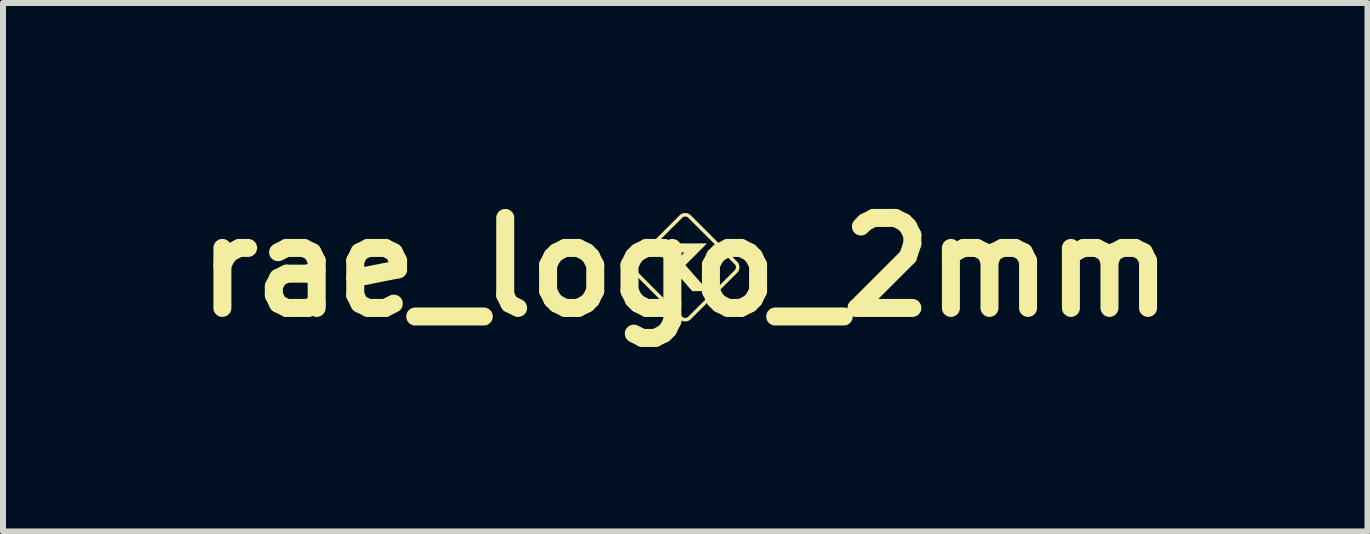
<source format=kicad_pcb>
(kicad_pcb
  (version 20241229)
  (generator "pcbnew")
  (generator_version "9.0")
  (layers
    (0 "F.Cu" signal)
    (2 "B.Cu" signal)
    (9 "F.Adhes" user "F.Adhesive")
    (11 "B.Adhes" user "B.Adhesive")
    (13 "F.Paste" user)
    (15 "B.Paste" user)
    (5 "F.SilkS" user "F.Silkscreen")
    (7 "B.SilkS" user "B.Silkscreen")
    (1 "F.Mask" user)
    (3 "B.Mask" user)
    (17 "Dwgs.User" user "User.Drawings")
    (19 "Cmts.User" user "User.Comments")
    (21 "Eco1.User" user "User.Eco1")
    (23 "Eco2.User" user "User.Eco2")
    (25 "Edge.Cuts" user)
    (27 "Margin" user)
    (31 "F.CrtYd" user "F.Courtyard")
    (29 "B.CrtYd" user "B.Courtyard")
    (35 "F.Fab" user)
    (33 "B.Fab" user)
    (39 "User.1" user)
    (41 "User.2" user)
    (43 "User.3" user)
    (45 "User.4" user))
  (footprint "rae_logo_2mm"
    (layer "F.Cu")
    (at 8.371 1.404)
    (property "Reference" "rae_logo_2mm" (at 0 0 0) (layer "F.SilkS") (effects (font (size 1.5 1.5) (thickness 0.3))))
    (attr board_only exclude_from_pos_files exclude_from_bom)
    (fp_poly (pts (xy 0.182 -0.216) (xy 0.002 -0.036) (xy 0.192 0.181) (xy 0.202 0.192) (xy 0.212 0.203) (xy 0.222 0.215) (xy 0.231 0.225) (xy 0.241 0.236) (xy 0.25 0.247) (xy 0.259 0.257) (xy 0.268 0.267) (xy 0.276 0.277) (xy 0.285 0.286) (xy 0.293 0.296) (xy 0.301 0.305) (xy 0.308 0.313) (xy 0.316 0.322) (xy 0.323 0.33) (xy 0.329 0.337) (xy 0.336 0.345) (xy 0.342 0.351) (xy 0.347 0.358) (xy 0.353 0.364) (xy 0.357 0.369) (xy 0.362 0.375) (xy 0.366 0.379) (xy 0.37 0.384) (xy 0.373 0.387) (xy 0.376 0.391) (xy 0.378 0.393) (xy 0.38 0.395) (xy 0.382 0.397) (xy 0.382 0.398) (xy 0.383 0.398) (xy 0.383 0.399) (xy 0.383 0.399) (xy 0.383 0.399) (xy 0.383 0.399) (xy 0.382 0.399) (xy 0.382 0.399) (xy 0.381 0.399) (xy 0.381 0.399) (xy 0.38 0.399) (xy 0.378 0.399) (xy 0.377 0.399) (xy 0.375 0.399) (xy 0.373 0.399) (xy 0.37 0.399) (xy 0.367 0.399) (xy 0.364 0.399) (xy 0.36 0.399) (xy 0.356 0.399) (xy 0.352 0.399) (xy 0.347 0.399) (xy 0.341 0.399) (xy 0.335 0.399) (xy 0.328 0.399) (xy 0.321 0.399) (xy 0.313 0.399) (xy 0.304 0.399) (xy 0.295 0.399) (xy 0.285 0.399) (xy 0.274 0.399) (xy 0.263 0.399) (xy 0.25 0.399) (xy 0.25 0.399) (xy 0.117 0.399) (xy -0.045 0.212) (xy -0.208 0.026) (xy -0.228 0.006) (xy -0.248 -0.014) (xy -0.132 -0.13) (xy -0.015 -0.246) (xy -0.201 -0.246) (xy -0.386 -0.246) (xy -0.386 -0.322) (xy -0.386 -0.397) (xy -0.012 -0.397) (xy 0.362 -0.397)) (stroke (width 0) (type solid)) (fill yes) (layer "F.SilkS"))
    (fp_poly (pts (xy 0.004 -0.903) (xy 0.008 -0.903) (xy 0.011 -0.903) (xy 0.013 -0.903) (xy 0.014 -0.903) (xy 0.025 -0.901) (xy 0.035 -0.899) (xy 0.045 -0.896) (xy 0.054 -0.892) (xy 0.063 -0.888) (xy 0.072 -0.882) (xy 0.081 -0.876) (xy 0.083 -0.875) (xy 0.083 -0.874) (xy 0.085 -0.873) (xy 0.086 -0.872) (xy 0.088 -0.869) (xy 0.091 -0.867) (xy 0.094 -0.864) (xy 0.098 -0.86) (xy 0.102 -0.856) (xy 0.106 -0.852) (xy 0.111 -0.847) (xy 0.117 -0.841) (xy 0.123 -0.835) (xy 0.129 -0.829) (xy 0.136 -0.822) (xy 0.143 -0.815) (xy 0.15 -0.808) (xy 0.158 -0.8) (xy 0.166 -0.792) (xy 0.175 -0.783) (xy 0.184 -0.775) (xy 0.193 -0.765) (xy 0.202 -0.756) (xy 0.212 -0.746) (xy 0.222 -0.736) (xy 0.232 -0.726) (xy 0.243 -0.715) (xy 0.254 -0.705) (xy 0.265 -0.694) (xy 0.276 -0.682) (xy 0.287 -0.671) (xy 0.299 -0.659) (xy 0.311 -0.648) (xy 0.323 -0.636) (xy 0.335 -0.623) (xy 0.347 -0.611) (xy 0.36 -0.599) (xy 0.372 -0.586) (xy 0.385 -0.574) (xy 0.398 -0.561) (xy 0.41 -0.548) (xy 0.423 -0.535) (xy 0.436 -0.522) (xy 0.449 -0.509) (xy 0.462 -0.496) (xy 0.475 -0.483) (xy 0.488 -0.47) (xy 0.501 -0.457) (xy 0.514 -0.444) (xy 0.527 -0.431) (xy 0.54 -0.419) (xy 0.553 -0.406) (xy 0.566 -0.393) (xy 0.578 -0.38) (xy 0.591 -0.368) (xy 0.603 -0.355) (xy 0.616 -0.343) (xy 0.628 -0.331) (xy 0.64 -0.319) (xy 0.652 -0.307) (xy 0.664 -0.295) (xy 0.675 -0.283) (xy 0.687 -0.272) (xy 0.698 -0.261) (xy 0.709 -0.25) (xy 0.719 -0.239) (xy 0.73 -0.229) (xy 0.74 -0.218) (xy 0.75 -0.208) (xy 0.76 -0.199) (xy 0.769 -0.189) (xy 0.778 -0.18) (xy 0.787 -0.172) (xy 0.795 -0.163) (xy 0.803 -0.155) (xy 0.811 -0.147) (xy 0.818 -0.14) (xy 0.825 -0.133) (xy 0.831 -0.127) (xy 0.838 -0.12) (xy 0.843 -0.115) (xy 0.849 -0.109) (xy 0.853 -0.105) (xy 0.858 -0.1) (xy 0.862 -0.096) (xy 0.865 -0.093) (xy 0.868 -0.09) (xy 0.87 -0.087) (xy 0.872 -0.085) (xy 0.874 -0.084) (xy 0.874 -0.083) (xy 0.875 -0.083) (xy 0.881 -0.074) (xy 0.886 -0.066) (xy 0.891 -0.057) (xy 0.895 -0.047) (xy 0.898 -0.038) (xy 0.901 -0.028) (xy 0.902 -0.018) (xy 0.903 -0.007) (xy 0.903 -0.004) (xy 0.903 0.007) (xy 0.903 0.017) (xy 0.901 0.027) (xy 0.898 0.037) (xy 0.895 0.046) (xy 0.891 0.056) (xy 0.887 0.065) (xy 0.881 0.074) (xy 0.875 0.082) (xy 0.875 0.083) (xy 0.874 0.083) (xy 0.873 0.085) (xy 0.872 0.086) (xy 0.869 0.088) (xy 0.867 0.091) (xy 0.864 0.094) (xy 0.86 0.098) (xy 0.856 0.102) (xy 0.852 0.106) (xy 0.847 0.111) (xy 0.841 0.117) (xy 0.835 0.123) (xy 0.829 0.129) (xy 0.822 0.136) (xy 0.815 0.143) (xy 0.808 0.15) (xy 0.8 0.158) (xy 0.792 0.166) (xy 0.783 0.175) (xy 0.775 0.184) (xy 0.766 0.193) (xy 0.756 0.202) (xy 0.746 0.212) (xy 0.736 0.222) (xy 0.726 0.232) (xy 0.715 0.243) (xy 0.705 0.254) (xy 0.694 0.265) (xy 0.682 0.276) (xy 0.671 0.287) (xy 0.659 0.299) (xy 0.648 0.311) (xy 0.636 0.323) (xy 0.623 0.335) (xy 0.611 0.347) (xy 0.599 0.36) (xy 0.586 0.372) (xy 0.574 0.385) (xy 0.561 0.398) (xy 0.548 0.41) (xy 0.535 0.423) (xy 0.522 0.436) (xy 0.509 0.449) (xy 0.496 0.462) (xy 0.483 0.475) (xy 0.47 0.488) (xy 0.457 0.501) (xy 0.444 0.514) (xy 0.432 0.527) (xy 0.419 0.54) (xy 0.406 0.553) (xy 0.393 0.566) (xy 0.38 0.578) (xy 0.368 0.591) (xy 0.355 0.603) (xy 0.343 0.616) (xy 0.331 0.628) (xy 0.319 0.64) (xy 0.307 0.652) (xy 0.295 0.664) (xy 0.283 0.675) (xy 0.272 0.687) (xy 0.261 0.698) (xy 0.25 0.709) (xy 0.239 0.719) (xy 0.229 0.73) (xy 0.218 0.74) (xy 0.208 0.75) (xy 0.199 0.76) (xy 0.189 0.769) (xy 0.18 0.778) (xy 0.172 0.787) (xy 0.163 0.795) (xy 0.155 0.803) (xy 0.147 0.811) (xy 0.14 0.818) (xy 0.133 0.825) (xy 0.127 0.831) (xy 0.12 0.838) (xy 0.115 0.843) (xy 0.109 0.849) (xy 0.105 0.853) (xy 0.1 0.858) (xy 0.096 0.862) (xy 0.093 0.865) (xy 0.09 0.868) (xy 0.087 0.87) (xy 0.085 0.872) (xy 0.084 0.874) (xy 0.083 0.874) (xy 0.083 0.875) (xy 0.075 0.881) (xy 0.066 0.886) (xy 0.057 0.891) (xy 0.047 0.895) (xy 0.038 0.898) (xy 0.028 0.901) (xy 0.017 0.902) (xy 0.011 0.903) (xy 0.009 0.903) (xy 0.006 0.903) (xy 0.003 0.903) (xy -0.00013 0.904) (xy -0.003 0.904) (xy -0.006 0.903) (xy -0.008 0.903) (xy -0.009 0.903) (xy -0.02 0.902) (xy -0.03 0.9) (xy -0.039 0.898) (xy -0.049 0.894) (xy -0.058 0.89) (xy -0.067 0.886) (xy -0.076 0.88) (xy -0.084 0.874) (xy -0.084 0.874) (xy -0.085 0.873) (xy -0.086 0.871) (xy -0.089 0.869) (xy -0.091 0.867) (xy -0.094 0.864) (xy -0.098 0.86) (xy -0.102 0.856) (xy -0.106 0.852) (xy -0.111 0.847) (xy -0.117 0.841) (xy -0.122 0.836) (xy -0.129 0.829) (xy -0.135 0.823) (xy -0.142 0.816) (xy -0.15 0.808) (xy -0.157 0.801) (xy -0.166 0.793) (xy -0.174 0.784) (xy -0.183 0.775) (xy -0.192 0.766) (xy -0.201 0.757) (xy -0.211 0.747) (xy -0.221 0.737) (xy -0.231 0.727) (xy -0.242 0.717) (xy -0.253 0.706) (xy -0.263 0.695) (xy -0.275 0.684) (xy -0.286 0.672) (xy -0.298 0.661) (xy -0.309 0.649) (xy -0.321 0.637) (xy -0.333 0.625) (xy -0.346 0.613) (xy -0.358 0.6) (xy -0.37 0.588) (xy -0.383 0.575) (xy -0.396 0.563) (xy -0.408 0.55) (xy -0.421 0.537) (xy -0.434 0.524) (xy -0.447 0.512) (xy -0.46 0.499) (xy -0.473 0.486) (xy -0.486 0.473) (xy -0.499 0.46) (xy -0.512 0.447) (xy -0.525 0.434) (xy -0.538 0.421) (xy -0.55 0.408) (xy -0.563 0.396) (xy -0.576 0.383) (xy -0.588 0.37) (xy -0.601 0.358) (xy -0.613 0.346) (xy -0.625 0.334) (xy -0.637 0.321) (xy -0.649 0.31) (xy -0.661 0.298) (xy -0.672 0.286) (xy -0.684 0.275) (xy -0.695 0.264) (xy -0.706 0.253) (xy -0.716 0.242) (xy -0.727 0.232) (xy -0.737 0.222) (xy -0.747 0.212) (xy -0.756 0.202) (xy -0.766 0.193) (xy -0.775 0.184) (xy -0.783 0.175) (xy -0.792 0.167) (xy -0.8 0.159) (xy -0.807 0.151) (xy -0.815 0.144) (xy -0.822 0.137) (xy -0.828 0.13) (xy -0.834 0.124) (xy -0.84 0.119) (xy -0.845 0.113) (xy -0.85 0.108) (xy -0.854 0.104) (xy -0.858 0.1) (xy -0.861 0.097) (xy -0.864 0.094) (xy -0.867 0.091) (xy -0.869 0.09) (xy -0.87 0.088) (xy -0.871 0.087) (xy -0.871 0.087) (xy -0.877 0.079) (xy -0.883 0.071) (xy -0.888 0.062) (xy -0.893 0.053) (xy -0.896 0.043) (xy -0.899 0.033) (xy -0.902 0.023) (xy -0.903 0.014) (xy -0.903 0.012) (xy -0.903 0.009) (xy -0.903 0.006) (xy -0.903 0.004) (xy -0.845 0.004) (xy -0.844 0.011) (xy -0.843 0.018) (xy -0.841 0.025) (xy -0.838 0.032) (xy -0.834 0.039) (xy -0.829 0.045) (xy -0.829 0.045) (xy -0.829 0.046) (xy -0.828 0.047) (xy -0.826 0.048) (xy -0.824 0.05) (xy -0.822 0.053) (xy -0.818 0.056) (xy -0.815 0.06) (xy -0.81 0.065) (xy -0.805 0.069) (xy -0.8 0.075) (xy -0.794 0.081) (xy -0.787 0.088) (xy -0.78 0.095) (xy -0.773 0.102) (xy -0.764 0.111) (xy -0.756 0.119) (xy -0.746 0.129) (xy -0.737 0.138) (xy -0.726 0.149) (xy -0.715 0.16) (xy -0.704 0.171) (xy -0.692 0.183) (xy -0.679 0.196) (xy -0.666 0.209) (xy -0.653 0.222) (xy -0.639 0.236) (xy -0.624 0.251) (xy -0.609 0.266) (xy -0.593 0.282) (xy -0.577 0.298) (xy -0.561 0.315) (xy -0.543 0.332) (xy -0.526 0.35) (xy -0.507 0.368) (xy -0.489 0.387) (xy -0.469 0.406) (xy -0.45 0.426) (xy -0.437 0.438) (xy -0.419 0.456) (xy -0.401 0.474) (xy -0.383 0.492) (xy -0.366 0.509) (xy -0.35 0.525) (xy -0.334 0.541) (xy -0.319 0.556) (xy -0.304 0.571) (xy -0.29 0.586) (xy -0.276 0.599) (xy -0.262 0.613) (xy -0.25 0.626) (xy -0.237 0.638) (xy -0.225 0.65) (xy -0.214 0.661) (xy -0.203 0.672) (xy -0.192 0.683) (xy -0.182 0.693) (xy -0.173 0.703) (xy -0.163 0.712) (xy -0.154 0.721) (xy -0.146 0.729) (xy -0.138 0.737) (xy -0.13 0.745) (xy -0.123 0.752) (xy -0.116 0.759) (xy -0.11 0.765) (xy -0.103 0.772) (xy -0.098 0.777) (xy -0.092 0.783) (xy -0.087 0.788) (xy -0.082 0.793) (xy -0.078 0.797) (xy -0.074 0.801) (xy -0.07 0.805) (xy -0.066 0.809) (xy -0.063 0.812) (xy -0.06 0.815) (xy -0.057 0.817) (xy -0.055 0.82) (xy -0.053 0.822) (xy -0.051 0.824) (xy -0.049 0.825) (xy -0.048 0.827) (xy -0.047 0.828) (xy -0.046 0.829) (xy -0.045 0.829) (xy -0.045 0.83) (xy -0.044 0.83) (xy -0.044 0.83) (xy -0.041 0.832) (xy -0.038 0.834) (xy -0.034 0.836) (xy -0.031 0.838) (xy -0.031 0.838) (xy -0.024 0.841) (xy -0.017 0.843) (xy -0.009 0.844) (xy -0.002 0.845) (xy 0.006 0.845) (xy 0.007 0.845) (xy 0.014 0.844) (xy 0.021 0.842) (xy 0.028 0.839) (xy 0.035 0.836) (xy 0.042 0.832) (xy 0.045 0.829) (xy 0.046 0.829) (xy 0.047 0.828) (xy 0.048 0.826) (xy 0.05 0.824) (xy 0.053 0.822) (xy 0.056 0.819) (xy 0.059 0.815) (xy 0.063 0.811) (xy 0.068 0.807) (xy 0.073 0.802) (xy 0.078 0.797) (xy 0.084 0.791) (xy 0.09 0.784) (xy 0.097 0.778) (xy 0.104 0.771) (xy 0.112 0.763) (xy 0.119 0.756) (xy 0.127 0.748) (xy 0.136 0.739) (xy 0.145 0.73) (xy 0.154 0.721) (xy 0.163 0.712) (xy 0.173 0.702) (xy 0.183 0.692) (xy 0.193 0.682) (xy 0.204 0.671) (xy 0.214 0.661) (xy 0.225 0.65) (xy 0.237 0.639) (xy 0.248 0.627) (xy 0.26 0.616) (xy 0.271 0.604) (xy 0.283 0.592) (xy 0.295 0.58) (xy 0.308 0.568) (xy 0.32 0.555) (xy 0.332 0.543) (xy 0.345 0.53) (xy 0.358 0.518) (xy 0.37 0.505) (xy 0.383 0.492) (xy 0.396 0.479) (xy 0.409 0.467) (xy 0.422 0.454) (xy 0.435 0.441) (xy 0.448 0.428) (xy 0.46 0.415) (xy 0.473 0.402) (xy 0.486 0.389) (xy 0.499 0.376) (xy 0.512 0.363) (xy 0.525 0.351) (xy 0.537 0.338) (xy 0.55 0.326) (xy 0.562 0.313) (xy 0.574 0.301) (xy 0.586 0.289) (xy 0.598 0.277) (xy 0.61 0.265) (xy 0.622 0.253) (xy 0.633 0.242) (xy 0.645 0.231) (xy 0.656 0.22) (xy 0.667 0.209) (xy 0.677 0.198) (xy 0.687 0.188) (xy 0.698 0.178) (xy 0.707 0.168) (xy 0.717 0.158) (xy 0.726 0.149) (xy 0.735 0.14) (xy 0.744 0.131) (xy 0.752 0.123) (xy 0.76 0.115) (xy 0.767 0.108) (xy 0.775 0.1) (xy 0.781 0.093) (xy 0.788 0.087) (xy 0.794 0.081) (xy 0.799 0.075) (xy 0.805 0.07) (xy 0.809 0.066) (xy 0.814 0.061) (xy 0.817 0.057) (xy 0.821 0.054) (xy 0.823 0.051) (xy 0.826 0.049) (xy 0.827 0.047) (xy 0.829 0.046) (xy 0.829 0.045) (xy 0.829 0.045) (xy 0.834 0.039) (xy 0.837 0.032) (xy 0.84 0.026) (xy 0.843 0.019) (xy 0.844 0.012) (xy 0.845 0.004) (xy 0.845 -0.003) (xy 0.845 -0.005) (xy 0.844 -0.013) (xy 0.842 -0.02) (xy 0.84 -0.026) (xy 0.837 -0.033) (xy 0.834 -0.039) (xy 0.83 -0.044) (xy 0.83 -0.045) (xy 0.829 -0.045) (xy 0.829 -0.046) (xy 0.828 -0.047) (xy 0.827 -0.048) (xy 0.825 -0.049) (xy 0.824 -0.051) (xy 0.822 -0.053) (xy 0.82 -0.055) (xy 0.817 -0.057) (xy 0.815 -0.06) (xy 0.812 -0.063) (xy 0.809 -0.066) (xy 0.805 -0.07) (xy 0.801 -0.074) (xy 0.797 -0.078) (xy 0.793 -0.082) (xy 0.788 -0.087) (xy 0.783 -0.092) (xy 0.778 -0.097) (xy 0.772 -0.103) (xy 0.766 -0.109) (xy 0.759 -0.116) (xy 0.752 -0.123) (xy 0.745 -0.13) (xy 0.737 -0.138) (xy 0.729 -0.146) (xy 0.721 -0.154) (xy 0.712 -0.163) (xy 0.703 -0.172) (xy 0.693 -0.182) (xy 0.683 -0.192) (xy 0.673 -0.203) (xy 0.662 -0.214) (xy 0.65 -0.225) (xy 0.638 -0.237) (xy 0.626 -0.249) (xy 0.613 -0.262) (xy 0.6 -0.275) (xy 0.586 -0.289) (xy 0.572 -0.304) (xy 0.557 -0.318) (xy 0.542 -0.334) (xy 0.526 -0.35) (xy 0.509 -0.366) (xy 0.492 -0.383) (xy 0.475 -0.4) (xy 0.457 -0.418) (xy 0.438 -0.437) (xy 0.438 -0.437) (xy 0.418 -0.458) (xy 0.398 -0.477) (xy 0.379 -0.496) (xy 0.361 -0.515) (xy 0.342 -0.533) (xy 0.325 -0.55) (xy 0.308 -0.567) (xy 0.291 -0.584) (xy 0.275 -0.6) (xy 0.26 -0.615) (xy 0.245 -0.63) (xy 0.231 -0.645) (xy 0.217 -0.658) (xy 0.203 -0.672) (xy 0.191 -0.685) (xy 0.178 -0.697) (xy 0.167 -0.709) (xy 0.155 -0.72) (xy 0.145 -0.73) (xy 0.134 -0.741) (xy 0.125 -0.75) (xy 0.116 -0.759) (xy 0.107 -0.768) (xy 0.099 -0.776) (xy 0.092 -0.783) (xy 0.085 -0.79) (xy 0.079 -0.796) (xy 0.073 -0.802) (xy 0.067 -0.807) (xy 0.063 -0.812) (xy 0.059 -0.816) (xy 0.055 -0.82) (xy 0.052 -0.823) (xy 0.049 -0.825) (xy 0.048 -0.827) (xy 0.046 -0.828) (xy 0.045 -0.829) (xy 0.045 -0.829) (xy 0.039 -0.834) (xy 0.032 -0.838) (xy 0.025 -0.841) (xy 0.018 -0.843) (xy 0.011 -0.844) (xy 0.003 -0.845) (xy -0.004 -0.845) (xy -0.012 -0.844) (xy -0.012 -0.844) (xy -0.019 -0.842) (xy -0.026 -0.84) (xy -0.033 -0.837) (xy -0.039 -0.833) (xy -0.044 -0.83) (xy -0.044 -0.83) (xy -0.044 -0.83) (xy -0.045 -0.829) (xy -0.045 -0.829) (xy -0.046 -0.828) (xy -0.047 -0.827) (xy -0.048 -0.826) (xy -0.049 -0.825) (xy -0.051 -0.824) (xy -0.052 -0.822) (xy -0.054 -0.82) (xy -0.056 -0.818) (xy -0.058 -0.816) (xy -0.061 -0.814) (xy -0.063 -0.811) (xy -0.066 -0.809) (xy -0.069 -0.805) (xy -0.073 -0.802) (xy -0.076 -0.799) (xy -0.08 -0.795) (xy -0.084 -0.791) (xy -0.089 -0.786) (xy -0.094 -0.781) (xy -0.099 -0.776) (xy -0.104 -0.771) (xy -0.11 -0.765) (xy -0.116 -0.759) (xy -0.122 -0.753) (xy -0.129 -0.746) (xy -0.136 -0.739) (xy -0.143 -0.732) (xy -0.151 -0.724) (xy -0.159 -0.716) (xy -0.167 -0.708) (xy -0.176 -0.699) (xy -0.186 -0.689) (xy -0.195 -0.68) (xy -0.206 -0.67) (xy -0.216 -0.659) (xy -0.227 -0.648) (xy -0.239 -0.637) (xy -0.251 -0.625) (xy -0.263 -0.612) (xy -0.276 -0.599) (xy -0.289 -0.586) (xy -0.303 -0.572) (xy -0.317 -0.558) (xy -0.332 -0.543) (xy -0.347 -0.528) (xy -0.363 -0.512) (xy -0.38 -0.496) (xy -0.396 -0.479) (xy -0.414 -0.461) (xy -0.432 -0.443) (xy -0.437 -0.438) (xy -0.457 -0.418) (xy -0.477 -0.398) (xy -0.496 -0.379) (xy -0.515 -0.361) (xy -0.533 -0.343) (xy -0.55 -0.325) (xy -0.567 -0.308) (xy -0.584 -0.292) (xy -0.6 -0.276) (xy -0.615 -0.26) (xy -0.63 -0.245) (xy -0.644 -0.231) (xy -0.658 -0.217) (xy -0.672 -0.203) (xy -0.684 -0.191) (xy -0.697 -0.178) (xy -0.709 -0.167) (xy -0.72 -0.155) (xy -0.73 -0.145) (xy -0.741 -0.135) (xy -0.75 -0.125) (xy -0.759 -0.116) (xy -0.768 -0.107) (xy -0.776 -0.099) (xy -0.783 -0.092) (xy -0.79 -0.085) (xy -0.796 -0.079) (xy -0.802 -0.073) (xy -0.807 -0.067) (xy -0.812 -0.063) (xy -0.816 -0.059) (xy -0.82 -0.055) (xy -0.823 -0.052) (xy -0.825 -0.049) (xy -0.827 -0.048) (xy -0.828 -0.046) (xy -0.829 -0.045) (xy -0.829 -0.045) (xy -0.834 -0.039) (xy -0.838 -0.032) (xy -0.841 -0.025) (xy -0.843 -0.018) (xy -0.844 -0.011) (xy -0.845 -0.004) (xy -0.845 0.004) (xy -0.903 0.004) (xy -0.903 0.002) (xy -0.903 -0.002) (xy -0.903 -0.006) (xy -0.903 -0.01) (xy -0.903 -0.013) (xy -0.903 -0.015) (xy -0.903 -0.016) (xy -0.901 -0.027) (xy -0.898 -0.037) (xy -0.895 -0.047) (xy -0.891 -0.056) (xy -0.887 -0.065) (xy -0.881 -0.074) (xy -0.875 -0.082) (xy -0.871 -0.087) (xy -0.871 -0.087) (xy -0.87 -0.088) (xy -0.868 -0.09) (xy -0.866 -0.092) (xy -0.864 -0.094) (xy -0.861 -0.098) (xy -0.857 -0.101) (xy -0.853 -0.105) (xy -0.848 -0.11) (xy -0.843 -0.115) (xy -0.838 -0.121) (xy -0.832 -0.126) (xy -0.825 -0.133) (xy -0.819 -0.14) (xy -0.811 -0.147) (xy -0.804 -0.155) (xy -0.796 -0.163) (xy -0.787 -0.171) (xy -0.778 -0.18) (xy -0.769 -0.189) (xy -0.76 -0.199) (xy -0.75 -0.209) (xy -0.739 -0.219) (xy -0.729 -0.23) (xy -0.718 -0.241) (xy -0.707 -0.252) (xy -0.695 -0.263) (xy -0.683 -0.275) (xy -0.671 -0.287) (xy -0.659 -0.3) (xy -0.646 -0.312) (xy -0.634 -0.325) (xy -0.62 -0.338) (xy -0.607 -0.351) (xy -0.594 -0.365) (xy -0.58 -0.379) (xy -0.566 -0.393) (xy -0.552 -0.407) (xy -0.538 -0.421) (xy -0.523 -0.435) (xy -0.509 -0.45) (xy -0.494 -0.465) (xy -0.479 -0.48) (xy -0.478 -0.481) (xy -0.458 -0.5) (xy -0.44 -0.519) (xy -0.422 -0.537) (xy -0.404 -0.554) (xy -0.387 -0.571) (xy -0.371 -0.588) (xy -0.355 -0.604) (xy -0.34 -0.619) (xy -0.325 -0.634) (xy -0.31 -0.648) (xy -0.297 -0.662) (xy -0.283 -0.675) (xy -0.27 -0.688) (xy -0.258 -0.7) (xy -0.246 -0.712) (xy -0.235 -0.724) (xy -0.224 -0.735) (xy -0.213 -0.745) (xy -0.203 -0.755) (xy -0.194 -0.765) (xy -0.185 -0.774) (xy -0.176 -0.782) (xy -0.168 -0.791) (xy -0.16 -0.798) (xy -0.152 -0.806) (xy -0.145 -0.813) (xy -0.139 -0.819) (xy -0.133 -0.826) (xy -0.127 -0.831) (xy -0.121 -0.837) (xy -0.116 -0.842) (xy -0.112 -0.846) (xy -0.107 -0.851) (xy -0.104 -0.854) (xy -0.1 -0.858) (xy -0.097 -0.861) (xy -0.094 -0.864) (xy -0.091 -0.866) (xy -0.089 -0.869) (xy -0.087 -0.87) (xy -0.086 -0.872) (xy -0.085 -0.873) (xy -0.084 -0.874) (xy -0.083 -0.874) (xy -0.083 -0.875) (xy -0.075 -0.881) (xy -0.066 -0.886) (xy -0.057 -0.891) (xy -0.048 -0.895) (xy -0.038 -0.898) (xy -0.028 -0.901) (xy -0.017 -0.903) (xy -0.014 -0.903) (xy -0.012 -0.903) (xy -0.01 -0.903) (xy -0.006 -0.903) (xy -0.003 -0.903) (xy 0.001 -0.903)) (stroke (width 0) (type solid)) (fill yes) (layer "F.SilkS")))
  (gr_rect
    (start -3 -3)
    (end 19.743 5.808)
    (stroke (width 0.1) (type default))
    (fill no)
    (layer "Edge.Cuts")))
</source>
